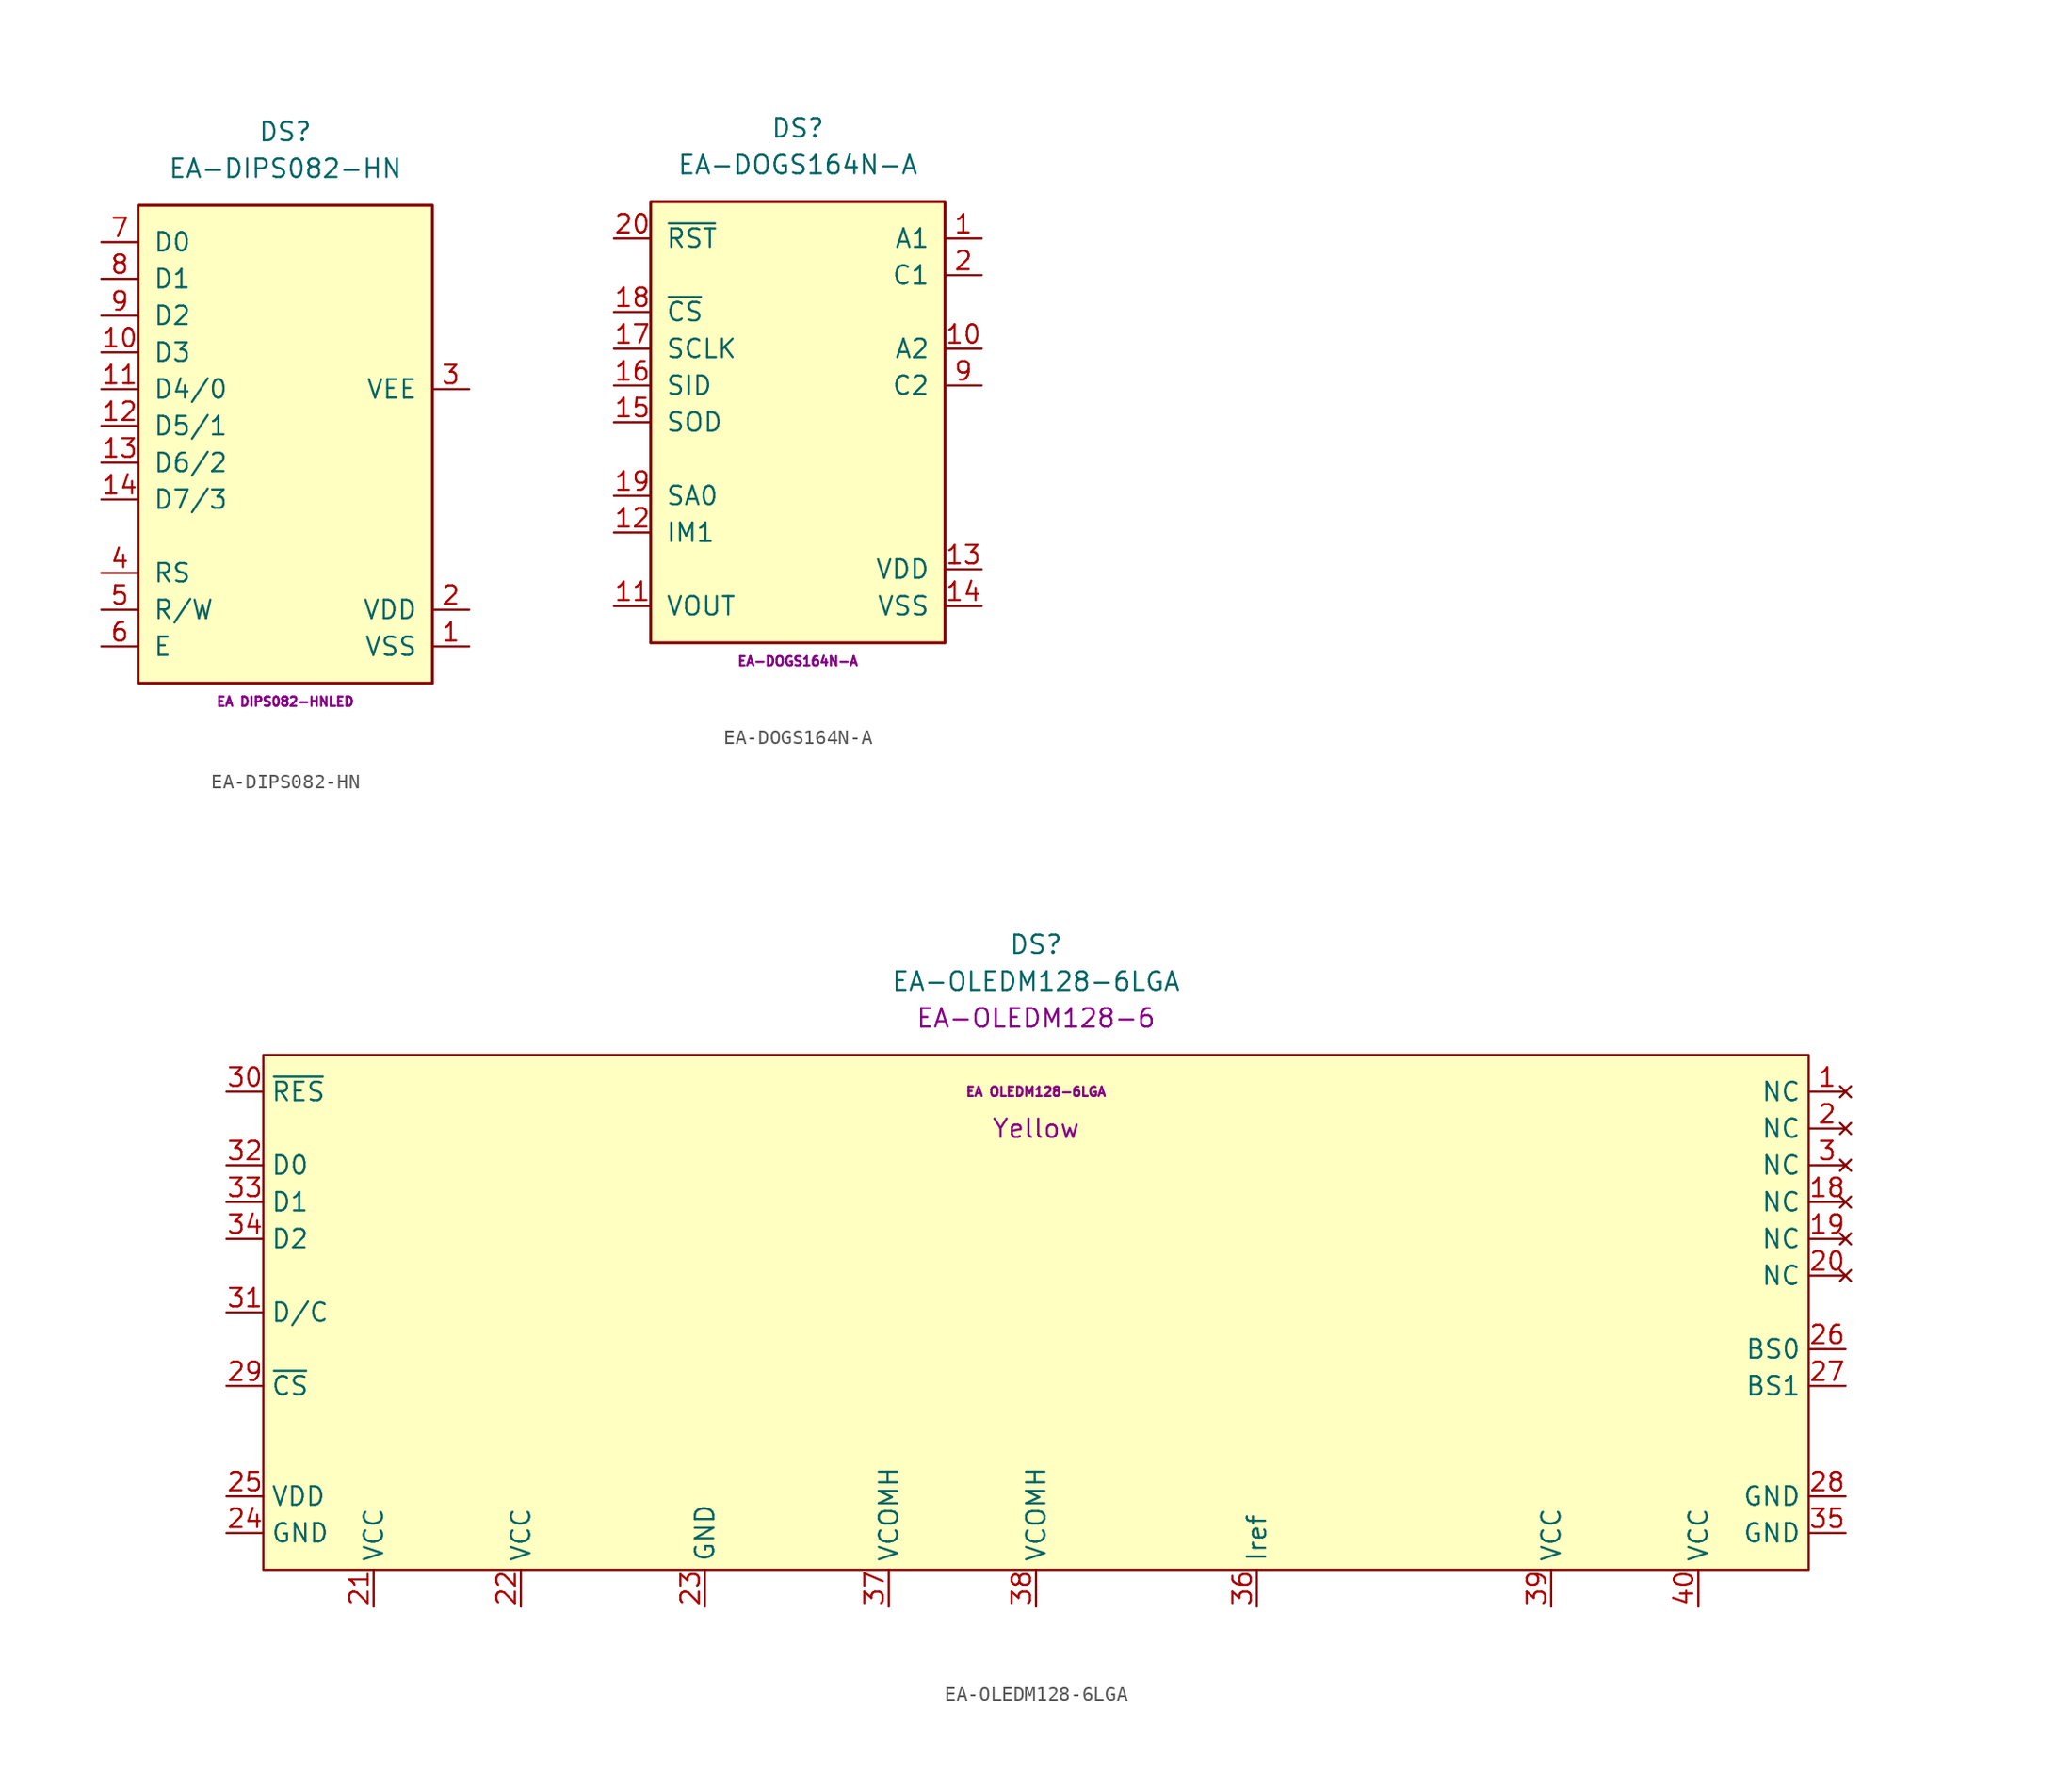
<source format=kicad_sym>
(kicad_symbol_lib
  (version 20211014)
  (generator kicad_symbol_editor)
  (symbol "EA-DIPS082-HN"
    (pin_names
      (offset 1.016))
    (property "Reference" "DS"
      (at 0 20.32 0)
      (effects (font (size 1.27 1.27))))
    (property "Value" "EA-DIPS082-HN"
      (at 0 17.78 0)
      (effects (font (size 1.27 1.27))))
    (property "MPN" "EA DIPS082-HNLED"
      (at 0 -19.05 0)
      (effects (font (size 0.635 0.635))))
    (symbol "EA-DIPS082-HN_0_1"
      (rectangle (start -10.16 15.24) (end 10.16 -17.78) (stroke (width 0.203) (type default) (color 0 0 0 0)) (fill (type background))))
    (symbol "EA-DIPS082-HN_1_1"
      (pin power_in line (at 12.7 -15.24 180) (length 2.54) (name "VSS" (effects (font (size 1.27 1.27)))) (number "1" (effects (font (size 1.27 1.27)))))
      (pin bidirectional line (at -12.7 5.08 0) (length 2.54) (name "D3" (effects (font (size 1.27 1.27)))) (number "10" (effects (font (size 1.27 1.27)))))
      (pin bidirectional line (at -12.7 2.54 0) (length 2.54) (name "D4/0" (effects (font (size 1.27 1.27)))) (number "11" (effects (font (size 1.27 1.27)))))
      (pin bidirectional line (at -12.7 0 0) (length 2.54) (name "D5/1" (effects (font (size 1.27 1.27)))) (number "12" (effects (font (size 1.27 1.27)))))
      (pin bidirectional line (at -12.7 -2.54 0) (length 2.54) (name "D6/2" (effects (font (size 1.27 1.27)))) (number "13" (effects (font (size 1.27 1.27)))))
      (pin bidirectional line (at -12.7 -5.08 0) (length 2.54) (name "D7/3" (effects (font (size 1.27 1.27)))) (number "14" (effects (font (size 1.27 1.27)))))
      (pin power_in line (at 12.7 -12.7 180) (length 2.54) (name "VDD" (effects (font (size 1.27 1.27)))) (number "2" (effects (font (size 1.27 1.27)))))
      (pin passive line (at 12.7 2.54 180) (length 2.54) (name "VEE" (effects (font (size 1.27 1.27)))) (number "3" (effects (font (size 1.27 1.27)))))
      (pin input line (at -12.7 -10.16 0) (length 2.54) (name "RS" (effects (font (size 1.27 1.27)))) (number "4" (effects (font (size 1.27 1.27)))))
      (pin input line (at -12.7 -12.7 0) (length 2.54) (name "R/W" (effects (font (size 1.27 1.27)))) (number "5" (effects (font (size 1.27 1.27)))))
      (pin input line (at -12.7 -15.24 0) (length 2.54) (name "E" (effects (font (size 1.27 1.27)))) (number "6" (effects (font (size 1.27 1.27)))))
      (pin bidirectional line (at -12.7 12.7 0) (length 2.54) (name "D0" (effects (font (size 1.27 1.27)))) (number "7" (effects (font (size 1.27 1.27)))))
      (pin bidirectional line (at -12.7 10.16 0) (length 2.54) (name "D1" (effects (font (size 1.27 1.27)))) (number "8" (effects (font (size 1.27 1.27)))))
      (pin bidirectional line (at -12.7 7.62 0) (length 2.54) (name "D2" (effects (font (size 1.27 1.27)))) (number "9" (effects (font (size 1.27 1.27)))))))
  (symbol "EA-DOGS164N-A"
    (pin_names
      (offset 1.016))
    (property "Reference" "DS"
      (at 0 20.32 0)
      (effects (font (size 1.27 1.27))))
    (property "Value" "EA-DOGS164N-A"
      (at 0 17.78 0)
      (effects (font (size 1.27 1.27))))
    (property "MPN" "EA-DOGS164N-A"
      (at 0 -16.51 0)
      (effects (font (size 0.635 0.635))))
    (symbol "EA-DOGS164N-A_0_1"
      (rectangle (start -10.16 15.24) (end 10.16 -15.24) (stroke (width 0.203) (type default) (color 0 0 0 0)) (fill (type background))))
    (symbol "EA-DOGS164N-A_1_1"
      (pin passive line (at 12.7 12.7 180) (length 2.54) (name "A1" (effects (font (size 1.27 1.27)))) (number "1" (effects (font (size 1.27 1.27)))))
      (pin passive line (at 12.7 5.08 180) (length 2.54) (name "A2" (effects (font (size 1.27 1.27)))) (number "10" (effects (font (size 1.27 1.27)))))
      (pin passive line (at -12.7 -12.7 0) (length 2.54) (name "VOUT" (effects (font (size 1.27 1.27)))) (number "11" (effects (font (size 1.27 1.27)))))
      (pin input line (at -12.7 -7.62 0) (length 2.54) (name "IM1" (effects (font (size 1.27 1.27)))) (number "12" (effects (font (size 1.27 1.27)))))
      (pin power_in line (at 12.7 -10.16 180) (length 2.54) (name "VDD" (effects (font (size 1.27 1.27)))) (number "13" (effects (font (size 1.27 1.27)))))
      (pin power_in line (at 12.7 -12.7 180) (length 2.54) (name "VSS" (effects (font (size 1.27 1.27)))) (number "14" (effects (font (size 1.27 1.27)))))
      (pin output line (at -12.7 0 0) (length 2.54) (name "SOD" (effects (font (size 1.27 1.27)))) (number "15" (effects (font (size 1.27 1.27)))) (alternate "SAD" bidirectional line))
      (pin input line (at -12.7 2.54 0) (length 2.54) (name "SID" (effects (font (size 1.27 1.27)))) (number "16" (effects (font (size 1.27 1.27)))) (alternate "SDA" bidirectional line))
      (pin input line (at -12.7 5.08 0) (length 2.54) (name "SCLK" (effects (font (size 1.27 1.27)))) (number "17" (effects (font (size 1.27 1.27)))) (alternate "SCL" bidirectional line))
      (pin input line (at -12.7 7.62 0) (length 2.54) (name "~{CS}" (effects (font (size 1.27 1.27)))) (number "18" (effects (font (size 1.27 1.27)))))
      (pin input line (at -12.7 -5.08 0) (length 2.54) (name "SA0" (effects (font (size 1.27 1.27)))) (number "19" (effects (font (size 1.27 1.27)))))
      (pin passive line (at 12.7 10.16 180) (length 2.54) (name "C1" (effects (font (size 1.27 1.27)))) (number "2" (effects (font (size 1.27 1.27)))))
      (pin input line (at -12.7 12.7 0) (length 2.54) (name "~{RST}" (effects (font (size 1.27 1.27)))) (number "20" (effects (font (size 1.27 1.27)))))
      (pin passive line (at 12.7 2.54 180) (length 2.54) (name "C2" (effects (font (size 1.27 1.27)))) (number "9" (effects (font (size 1.27 1.27)))))))
  (symbol "EA-OLEDM128-6LGA"
    (property "Reference" "DS"
      (at 0 25.4 0)
      (effects (font (size 1.27 1.27))))
    (property "Value" "EA-OLEDM128-6LGA"
      (at 0 22.86 0)
      (effects (font (size 1.27 1.27))))
    (property "Color" "Yellow"
      (at 0 12.7 0)
      (effects (font (size 1.27 1.27))))
    (property "Package" "EA-OLEDM128-6"
      (at 0 20.32 0)
      (effects (font (size 1.27 1.27))))
    (property "MPN" "EA OLEDM128-6LGA"
      (at 0 15.24 0)
      (effects (font (size 0.635 0.635))))
    (symbol "EA-OLEDM128-6LGA_0_1"
      (rectangle (start -53.34 17.78) (end 53.34 -17.78) (stroke (width 0) (type default) (color 0 0 0 0)) (fill (type background))))
    (symbol "EA-OLEDM128-6LGA_1_1"
      (pin no_connect line (at 55.88 15.24 180) (length 2.54) (name "NC" (effects (font (size 1.27 1.27)))) (number "1" (effects (font (size 1.27 1.27)))))
      (pin no_connect line (at 55.88 7.62 180) (length 2.54) (name "NC" (effects (font (size 1.27 1.27)))) (number "18" (effects (font (size 1.27 1.27)))))
      (pin no_connect line (at 55.88 5.08 180) (length 2.54) (name "NC" (effects (font (size 1.27 1.27)))) (number "19" (effects (font (size 1.27 1.27)))))
      (pin no_connect line (at 55.88 12.7 180) (length 2.54) (name "NC" (effects (font (size 1.27 1.27)))) (number "2" (effects (font (size 1.27 1.27)))))
      (pin no_connect line (at 55.88 2.54 180) (length 2.54) (name "NC" (effects (font (size 1.27 1.27)))) (number "20" (effects (font (size 1.27 1.27)))))
      (pin power_in line (at -45.72 -20.32 90) (length 2.54) (name "VCC" (effects (font (size 1.27 1.27)))) (number "21" (effects (font (size 1.27 1.27)))))
      (pin power_in line (at -35.56 -20.32 90) (length 2.54) (name "VCC" (effects (font (size 1.27 1.27)))) (number "22" (effects (font (size 1.27 1.27)))))
      (pin power_in line (at -22.86 -20.32 90) (length 2.54) (name "GND" (effects (font (size 1.27 1.27)))) (number "23" (effects (font (size 1.27 1.27)))))
      (pin power_in line (at -55.88 -15.24 0) (length 2.54) (name "GND" (effects (font (size 1.27 1.27)))) (number "24" (effects (font (size 1.27 1.27)))))
      (pin power_in line (at -55.88 -12.7 0) (length 2.54) (name "VDD" (effects (font (size 1.27 1.27)))) (number "25" (effects (font (size 1.27 1.27)))))
      (pin input line (at 55.88 -2.54 180) (length 2.54) (name "BS0" (effects (font (size 1.27 1.27)))) (number "26" (effects (font (size 1.27 1.27)))))
      (pin input line (at 55.88 -5.08 180) (length 2.54) (name "BS1" (effects (font (size 1.27 1.27)))) (number "27" (effects (font (size 1.27 1.27)))))
      (pin power_in line (at 55.88 -12.7 180) (length 2.54) (name "GND" (effects (font (size 1.27 1.27)))) (number "28" (effects (font (size 1.27 1.27)))))
      (pin input line (at -55.88 -5.08 0) (length 2.54) (name "~{CS}" (effects (font (size 1.27 1.27)))) (number "29" (effects (font (size 1.27 1.27)))))
      (pin no_connect line (at 55.88 10.16 180) (length 2.54) (name "NC" (effects (font (size 1.27 1.27)))) (number "3" (effects (font (size 1.27 1.27)))))
      (pin input line (at -55.88 15.24 0) (length 2.54) (name "~{RES}" (effects (font (size 1.27 1.27)))) (number "30" (effects (font (size 1.27 1.27)))))
      (pin input line (at -55.88 0 0) (length 2.54) (name "D/C" (effects (font (size 1.27 1.27)))) (number "31" (effects (font (size 1.27 1.27)))) (alternate "SA0" input line))
      (pin input line (at -55.88 10.16 0) (length 2.54) (name "D0" (effects (font (size 1.27 1.27)))) (number "32" (effects (font (size 1.27 1.27)))) (alternate "SCL" bidirectional line) (alternate "SCLK" input line))
      (pin input line (at -55.88 7.62 0) (length 2.54) (name "D1" (effects (font (size 1.27 1.27)))) (number "33" (effects (font (size 1.27 1.27)))) (alternate "MOSI" input line) (alternate "SDA-IN" input line))
      (pin input line (at -55.88 5.08 0) (length 2.54) (name "D2" (effects (font (size 1.27 1.27)))) (number "34" (effects (font (size 1.27 1.27)))) (alternate "NC" no_connect line) (alternate "SDA-OUT" open_collector line))
      (pin power_in line (at 55.88 -15.24 180) (length 2.54) (name "GND" (effects (font (size 1.27 1.27)))) (number "35" (effects (font (size 1.27 1.27)))))
      (pin passive line (at 15.24 -20.32 90) (length 2.54) (name "Iref" (effects (font (size 1.27 1.27)))) (number "36" (effects (font (size 1.27 1.27)))))
      (pin passive line (at -10.16 -20.32 90) (length 2.54) (name "VCOMH" (effects (font (size 1.27 1.27)))) (number "37" (effects (font (size 1.27 1.27)))))
      (pin passive line (at 0 -20.32 90) (length 2.54) (name "VCOMH" (effects (font (size 1.27 1.27)))) (number "38" (effects (font (size 1.27 1.27)))))
      (pin power_in line (at 35.56 -20.32 90) (length 2.54) (name "VCC" (effects (font (size 1.27 1.27)))) (number "39" (effects (font (size 1.27 1.27)))))
      (pin power_in line (at 45.72 -20.32 90) (length 2.54) (name "VCC" (effects (font (size 1.27 1.27)))) (number "40" (effects (font (size 1.27 1.27))))))))
</source>
